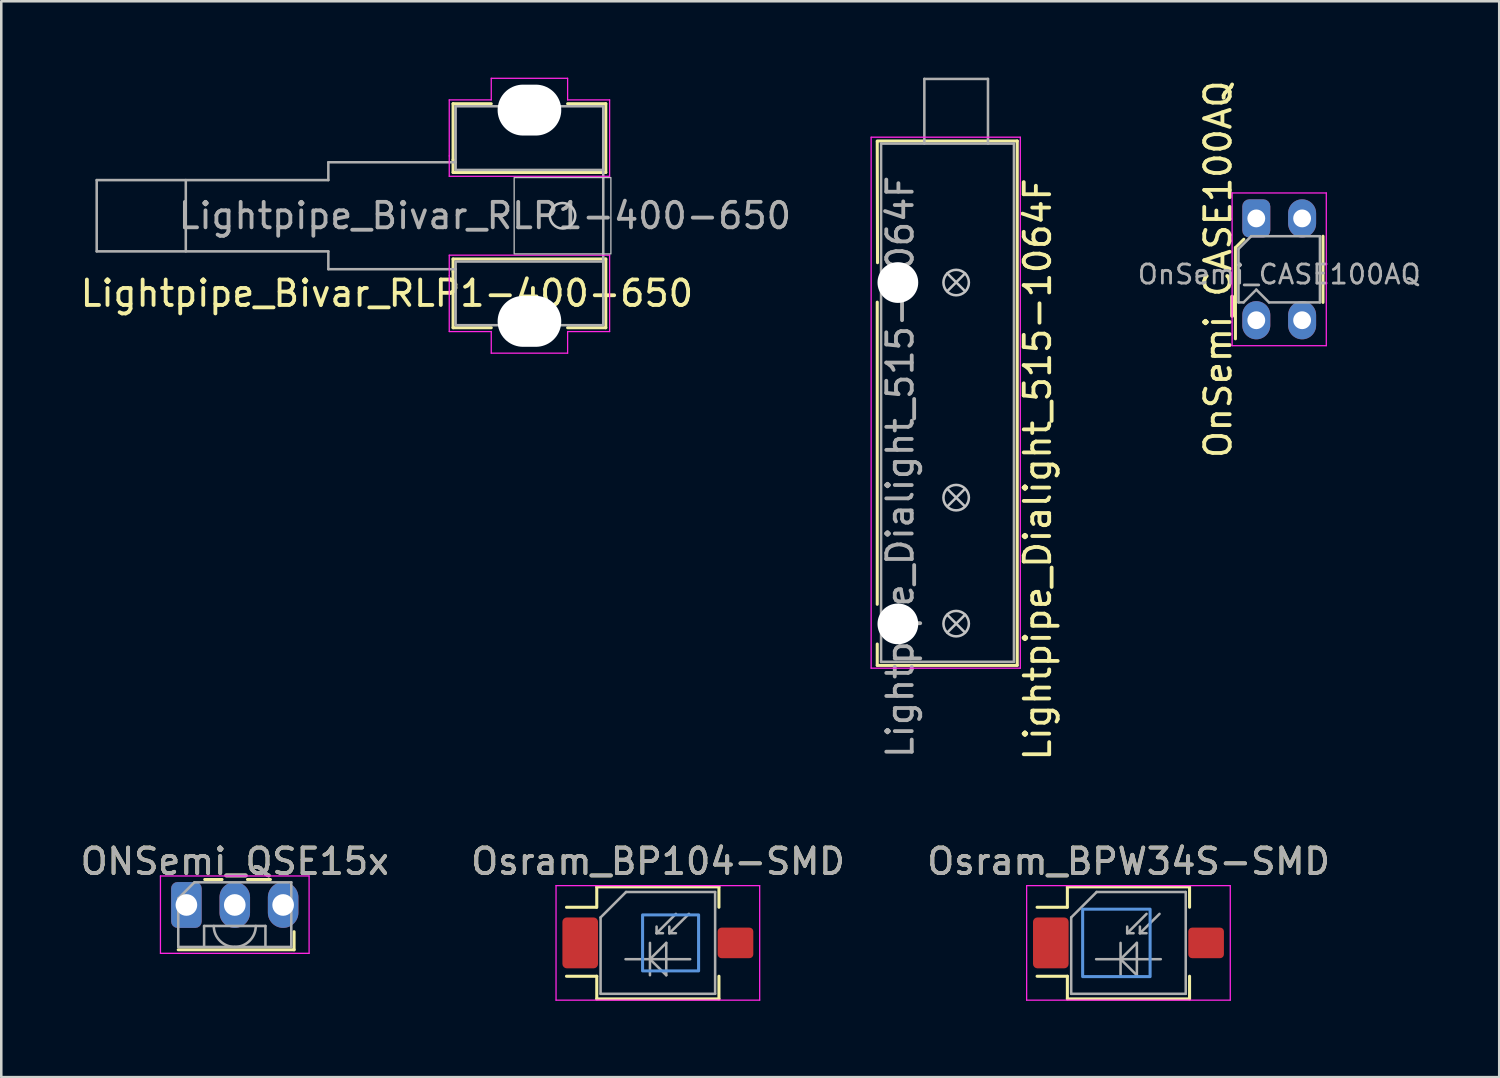
<source format=kicad_pcb>
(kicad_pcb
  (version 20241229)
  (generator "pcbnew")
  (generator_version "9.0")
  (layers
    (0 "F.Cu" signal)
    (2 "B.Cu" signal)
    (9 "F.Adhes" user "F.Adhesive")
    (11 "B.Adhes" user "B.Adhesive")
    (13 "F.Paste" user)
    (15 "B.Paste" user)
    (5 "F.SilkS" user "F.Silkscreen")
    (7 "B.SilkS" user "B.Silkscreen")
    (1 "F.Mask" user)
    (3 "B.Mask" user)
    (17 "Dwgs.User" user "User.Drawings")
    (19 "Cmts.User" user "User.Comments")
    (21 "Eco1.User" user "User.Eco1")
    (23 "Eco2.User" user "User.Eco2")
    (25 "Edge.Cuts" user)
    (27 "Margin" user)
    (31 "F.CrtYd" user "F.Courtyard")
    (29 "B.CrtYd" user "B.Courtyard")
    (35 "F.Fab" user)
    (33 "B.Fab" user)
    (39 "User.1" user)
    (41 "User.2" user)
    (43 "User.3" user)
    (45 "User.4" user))
  (footprint "Lightpipe_Dialight_515-1064F"
    (layer "F.Cu")
    (at 34.513 2.59)
    (property "Reference" "Lightpipe_Dialight_515-1064F" (at 3.2 12.8 270) (layer "F.SilkS") (effects (font (size 1 1) (thickness 0.15))))
    (attr exclude_from_pos_files exclude_from_bom)
    (fp_line (start -3.1 -0.1) (end 2.4 -0.1) (stroke (width 0.12) (type solid)) (layer "F.SilkS"))
    (fp_line (start -3.1 -0.08) (end -3.09 4.68) (stroke (width 0.12) (type solid)) (layer "F.SilkS"))
    (fp_line (start -3.1 6.23) (end -3.1 18.1) (stroke (width 0.12) (type solid)) (layer "F.SilkS"))
    (fp_line (start -3.1 20.5) (end -3.1 19.66) (stroke (width 0.12) (type solid)) (layer "F.SilkS"))
    (fp_line (start -3.1 20.5) (end 2.4 20.5) (stroke (width 0.12) (type solid)) (layer "F.SilkS"))
    (fp_line (start 2.4 20.49) (end 2.4 -0.1) (stroke (width 0.12) (type solid)) (layer "F.SilkS"))
    (fp_line (start 0.325 13.585) (end -0.325 14.235) (stroke (width 0.1) (type solid)) (layer "Dwgs.User"))
    (fp_line (start 0.325 14.235) (end -0.325 13.585) (stroke (width 0.1) (type solid)) (layer "Dwgs.User"))
    (fp_line (start 0.35 5.1) (end -0.35 5.8) (stroke (width 0.1) (type solid)) (layer "Dwgs.User"))
    (fp_line (start 0.35 5.8) (end -0.35 5.1) (stroke (width 0.1) (type solid)) (layer "Dwgs.User"))
    (fp_line (start 0.35 18.51) (end -0.35 19.21) (stroke (width 0.1) (type solid)) (layer "Dwgs.User"))
    (fp_line (start 0.35 19.21) (end -0.35 18.51) (stroke (width 0.1) (type solid)) (layer "Dwgs.User"))
    (fp_circle (center 0 5.46) (end 0.5 5.46) (stroke (width 0.1) (type solid)) (fill no) (layer "Dwgs.User"))
    (fp_circle (center 0 13.91) (end 0.5 13.91) (stroke (width 0.1) (type solid)) (fill no) (layer "Dwgs.User"))
    (fp_circle (center 0 18.86) (end 0.5 18.86) (stroke (width 0.1) (type solid)) (fill no) (layer "Dwgs.User"))
    (fp_line (start -3.34 -0.25) (end 2.52 -0.25) (stroke (width 0.05) (type solid)) (layer "F.CrtYd"))
    (fp_line (start -3.34 20.61) (end -3.34 -0.25) (stroke (width 0.05) (type solid)) (layer "F.CrtYd"))
    (fp_line (start 2.52 -0.25) (end 2.52 20.61) (stroke (width 0.05) (type solid)) (layer "F.CrtYd"))
    (fp_line (start 2.52 20.61) (end -3.34 20.61) (stroke (width 0.05) (type solid)) (layer "F.CrtYd"))
    (fp_line (start -2.95 0) (end 2.27 0) (stroke (width 0.1) (type solid)) (layer "F.Fab"))
    (fp_line (start -2.95 20.36) (end -2.95 0) (stroke (width 0.1) (type solid)) (layer "F.Fab"))
    (fp_line (start -1.25 -2.54) (end -1.25 0) (stroke (width 0.1) (type solid)) (layer "F.Fab"))
    (fp_line (start 1.25 -2.54) (end -1.25 -2.54) (stroke (width 0.1) (type solid)) (layer "F.Fab"))
    (fp_line (start 1.25 0) (end 1.25 -2.54) (stroke (width 0.1) (type solid)) (layer "F.Fab"))
    (fp_line (start 2.27 0) (end 2.27 20.36) (stroke (width 0.1) (type solid)) (layer "F.Fab"))
    (fp_line (start 2.27 20.36) (end -2.95 20.36) (stroke (width 0.1) (type solid)) (layer "F.Fab"))
    (fp_text user "${REFERENCE}" (at -2.2 12.7 270) (layer "F.Fab") (effects (font (size 1 1) (thickness 0.15))))
    (pad "" np_thru_hole circle (at -2.29 5.46 180) (size 1.6 1.6) (drill 1.6) (layers "*.Cu"))
    (pad "" np_thru_hole circle (at -2.29 18.87 180) (size 1.6 1.6) (drill 1.6) (layers "*.Cu")))
  (footprint "Osram_BP104-SMD"
    (layer "F.Cu")
    (at 22.794 33.992)
    (property "Reference" "Osram_BP104-SMD" (at 0.01 -3.2 0) (layer "F.SilkS") (effects (font (size 1 1) (thickness 0.15))))
    (attr smd)
    (fp_line (start -3.59 1.31) (end -2.4 1.31) (stroke (width 0.12) (type solid)) (layer "F.SilkS"))
    (fp_line (start -2.41 -1.4) (end -3.59 -1.4) (stroke (width 0.12) (type solid)) (layer "F.SilkS"))
    (fp_line (start -2.4 -2.2) (end -2.4 -1.4) (stroke (width 0.12) (type solid)) (layer "F.SilkS"))
    (fp_line (start -2.4 1.31) (end -2.4 2.2) (stroke (width 0.12) (type solid)) (layer "F.SilkS"))
    (fp_line (start -2.4 2.2) (end 2.4 2.2) (stroke (width 0.12) (type solid)) (layer "F.SilkS"))
    (fp_line (start 2.4 -2.2) (end -2.4 -2.2) (stroke (width 0.12) (type solid)) (layer "F.SilkS"))
    (fp_line (start 2.4 -1.4) (end 2.4 -2.2) (stroke (width 0.12) (type solid)) (layer "F.SilkS"))
    (fp_line (start 2.4 2.2) (end 2.4 1.31) (stroke (width 0.12) (type solid)) (layer "F.SilkS"))
    (fp_rect (start -0.6 -1.1) (end 1.6 1.1) (stroke (width 0.12) (type solid)) (fill no) (layer "Cmts.User"))
    (fp_line (start -4 -2.25) (end -4 2.25) (stroke (width 0.05) (type solid)) (layer "F.CrtYd"))
    (fp_line (start -4 -2.25) (end 4 -2.25) (stroke (width 0.05) (type solid)) (layer "F.CrtYd"))
    (fp_line (start 4 2.25) (end -4 2.25) (stroke (width 0.05) (type solid)) (layer "F.CrtYd"))
    (fp_line (start 4 2.25) (end 4 -2.25) (stroke (width 0.05) (type solid)) (layer "F.CrtYd"))
    (fp_line (start -2.25 -1) (end -2.25 2) (stroke (width 0.1) (type solid)) (layer "F.Fab"))
    (fp_line (start -2.25 -1) (end -1.25 -2) (stroke (width 0.1) (type solid)) (layer "F.Fab"))
    (fp_line (start -1.27 0.64) (end 1.27 0.64) (stroke (width 0.1) (type solid)) (layer "F.Fab"))
    (fp_line (start -1.25 -2) (end 2.25 -2) (stroke (width 0.1) (type solid)) (layer "F.Fab"))
    (fp_line (start -0.31 0) (end -0.31 1.27) (stroke (width 0.1) (type solid)) (layer "F.Fab"))
    (fp_line (start -0.31 0.64) (end 0.33 0) (stroke (width 0.1) (type solid)) (layer "F.Fab"))
    (fp_line (start -0.05 -0.38) (end -0.05 -0.64) (stroke (width 0.1) (type solid)) (layer "F.Fab"))
    (fp_line (start -0.05 -0.38) (end 0.2 -0.38) (stroke (width 0.1) (type solid)) (layer "F.Fab"))
    (fp_line (start 0.33 0) (end 0.33 1.27) (stroke (width 0.1) (type solid)) (layer "F.Fab"))
    (fp_line (start 0.33 1.27) (end -0.31 0.64) (stroke (width 0.1) (type solid)) (layer "F.Fab"))
    (fp_line (start 0.45 -0.38) (end 0.45 -0.64) (stroke (width 0.1) (type solid)) (layer "F.Fab"))
    (fp_line (start 0.45 -0.38) (end 0.71 -0.38) (stroke (width 0.1) (type solid)) (layer "F.Fab"))
    (fp_line (start 0.71 -1.14) (end -0.05 -0.38) (stroke (width 0.1) (type solid)) (layer "F.Fab"))
    (fp_line (start 1.22 -1.14) (end 0.45 -0.38) (stroke (width 0.1) (type solid)) (layer "F.Fab"))
    (fp_line (start 2.25 -2) (end 2.25 2) (stroke (width 0.1) (type solid)) (layer "F.Fab"))
    (fp_line (start 2.25 2) (end -2.25 2) (stroke (width 0.1) (type solid)) (layer "F.Fab"))
    (fp_text user "${REFERENCE}" (at 0.01 -3.2 0) (layer "F.Fab") (effects (font (size 1 1) (thickness 0.15))))
    (pad "" smd roundrect (at -3.05 0 180) (size 1.3 1.9) (layers "F.Paste") (roundrect_rratio 0.125))
    (pad "" smd roundrect (at -3.05 0 180) (size 1.5 2.1) (layers "F.Mask") (roundrect_rratio 0.125))
    (pad "" smd roundrect (at 3.05 0 180) (size 1.3 1.1) (layers "F.Paste") (roundrect_rratio 0.125))
    (pad "" smd roundrect (at 3.05 0 180) (size 1.5 1.3) (layers "F.Mask") (roundrect_rratio 0.125))
    (pad "1" smd roundrect (at -3.05 0 180) (size 1.4 2) (layers "F.Cu" "F.Mask") (roundrect_rratio 0.125))
    (pad "2" smd roundrect (at 3.05 0 180) (size 1.4 1.2) (layers "F.Cu" "F.Mask") (roundrect_rratio 0.125)))
  (footprint "Lightpipe_Bivar_RLP1-400-650"
    (layer "F.Cu")
    (at 17.749 5.425)
    (property "Reference" "Lightpipe_Bivar_RLP1-400-650" (at -5.6 3.05 0) (layer "F.SilkS") (effects (font (size 1 1) (thickness 0.15))))
    (fp_line (start -3 -4.4) (end -1.5 -4.4) (stroke (width 0.12) (type solid)) (layer "F.SilkS"))
    (fp_line (start -3 -2.2) (end -3 -4.4) (stroke (width 0.12) (type solid)) (layer "F.SilkS"))
    (fp_line (start -3 -1.7) (end -3 -2.2) (stroke (width 0.12) (type solid)) (layer "F.SilkS"))
    (fp_line (start -3 1.7) (end 3 1.7) (stroke (width 0.12) (type solid)) (layer "F.SilkS"))
    (fp_line (start -3 2.2) (end -3 1.7) (stroke (width 0.12) (type solid)) (layer "F.SilkS"))
    (fp_line (start -3 4.4) (end -3 2.2) (stroke (width 0.12) (type solid)) (layer "F.SilkS"))
    (fp_line (start -3 4.4) (end -1.5 4.4) (stroke (width 0.12) (type solid)) (layer "F.SilkS"))
    (fp_line (start 3 -4.4) (end 1.5 -4.4) (stroke (width 0.12) (type solid)) (layer "F.SilkS"))
    (fp_line (start 3 -4.4) (end 3 -1.7) (stroke (width 0.12) (type solid)) (layer "F.SilkS"))
    (fp_line (start 3 -1.7) (end -3 -1.7) (stroke (width 0.12) (type solid)) (layer "F.SilkS"))
    (fp_line (start 3 1.7) (end 3 4.4) (stroke (width 0.12) (type solid)) (layer "F.SilkS"))
    (fp_line (start 3 4.4) (end 1.5 4.4) (stroke (width 0.12) (type solid)) (layer "F.SilkS"))
    (fp_rect (start -0.6 -1.5) (end 3.2 1.5) (stroke (width 0.05) (type solid)) (fill no) (layer "Dwgs.User"))
    (fp_circle (center 1.3 0) (end 1.8 0) (stroke (width 0.1) (type solid)) (fill no) (layer "Dwgs.User"))
    (fp_line (start -3.15 -4.55) (end -3.15 -2.35) (stroke (width 0.05) (type solid)) (layer "F.CrtYd"))
    (fp_line (start -3.15 -1.55) (end -3.15 -2.35) (stroke (width 0.05) (type solid)) (layer "F.CrtYd"))
    (fp_line (start -3.15 1.55) (end -3.15 2.35) (stroke (width 0.05) (type solid)) (layer "F.CrtYd"))
    (fp_line (start -3.15 2.35) (end -3.15 4.55) (stroke (width 0.05) (type solid)) (layer "F.CrtYd"))
    (fp_line (start -3.15 4.55) (end -1.5 4.55) (stroke (width 0.05) (type solid)) (layer "F.CrtYd"))
    (fp_line (start -1.5 -5.4) (end -1.5 -4.55) (stroke (width 0.05) (type solid)) (layer "F.CrtYd"))
    (fp_line (start -1.5 -4.55) (end -3.15 -4.55) (stroke (width 0.05) (type solid)) (layer "F.CrtYd"))
    (fp_line (start -1.5 4.55) (end -1.5 5.4) (stroke (width 0.05) (type solid)) (layer "F.CrtYd"))
    (fp_line (start -1.5 5.4) (end 1.5 5.4) (stroke (width 0.05) (type solid)) (layer "F.CrtYd"))
    (fp_line (start 1.5 -5.4) (end -1.5 -5.4) (stroke (width 0.05) (type solid)) (layer "F.CrtYd"))
    (fp_line (start 1.5 -4.55) (end 1.5 -5.4) (stroke (width 0.05) (type solid)) (layer "F.CrtYd"))
    (fp_line (start 1.5 4.55) (end 3.15 4.55) (stroke (width 0.05) (type solid)) (layer "F.CrtYd"))
    (fp_line (start 1.5 5.4) (end 1.5 4.55) (stroke (width 0.05) (type solid)) (layer "F.CrtYd"))
    (fp_line (start 3.15 -4.55) (end 1.5 -4.55) (stroke (width 0.05) (type solid)) (layer "F.CrtYd"))
    (fp_line (start 3.15 -1.55) (end -3.15 -1.55) (stroke (width 0.05) (type solid)) (layer "F.CrtYd"))
    (fp_line (start 3.15 -1.55) (end 3.15 -4.55) (stroke (width 0.05) (type solid)) (layer "F.CrtYd"))
    (fp_line (start 3.15 1.55) (end -3.15 1.55) (stroke (width 0.05) (type solid)) (layer "F.CrtYd"))
    (fp_line (start 3.15 4.55) (end 3.15 1.55) (stroke (width 0.05) (type solid)) (layer "F.CrtYd"))
    (fp_line (start -17 -1.4) (end -17 1.4) (stroke (width 0.1) (type solid)) (layer "F.Fab"))
    (fp_line (start -17 -1.4) (end -7.9 -1.4) (stroke (width 0.1) (type solid)) (layer "F.Fab"))
    (fp_line (start -17 1.4) (end -7.9 1.4) (stroke (width 0.1) (type solid)) (layer "F.Fab"))
    (fp_line (start -13.5 1.4) (end -13.5 -1.4) (stroke (width 0.1) (type solid)) (layer "F.Fab"))
    (fp_line (start -7.9 -2.1) (end -2.9 -2.1) (stroke (width 0.1) (type solid)) (layer "F.Fab"))
    (fp_line (start -7.9 -1.4) (end -7.9 -2.1) (stroke (width 0.1) (type solid)) (layer "F.Fab"))
    (fp_line (start -7.9 1.4) (end -7.9 2.1) (stroke (width 0.1) (type solid)) (layer "F.Fab"))
    (fp_line (start -7.9 2.1) (end -2.9 2.1) (stroke (width 0.1) (type solid)) (layer "F.Fab"))
    (fp_line (start 2.9 -1.8) (end 2.9 1.8) (stroke (width 0.1) (type solid)) (layer "F.Fab"))
    (fp_rect (start -2.9 -4.3) (end 2.9 -1.8) (stroke (width 0.1) (type solid)) (fill no) (layer "F.Fab"))
    (fp_rect (start -2.9 1.8) (end 2.9 4.3) (stroke (width 0.1) (type solid)) (fill no) (layer "F.Fab"))
    (fp_text user "${REFERENCE}" (at -1.75 0 0) (layer "F.Fab") (effects (font (size 1 1) (thickness 0.15))))
    (pad "" np_thru_hole oval (at 0 -4.15) (size 2.5 2) (drill oval 2.5 2) (layers "*.Cu" "*.Mask"))
    (pad "" np_thru_hole oval (at 0 4.15) (size 2.5 2) (drill oval 2.5 2) (layers "*.Cu" "*.Mask")))
  (footprint "ONSemi_QSE15x"
    (layer "F.Cu")
    (at 4.273 32.502)
    (property "Reference" "ONSemi_QSE15x" (at 1.9 -1.71 0) (layer "F.SilkS") (effects (font (size 1 1) (thickness 0.15))))
    (attr through_hole)
    (fp_line (start -0.32 1.76) (end 4.23 1.76) (stroke (width 0.12) (type solid)) (layer "F.SilkS"))
    (fp_line (start 0.72 -1) (end 1.4 -1) (stroke (width 0.12) (type solid)) (layer "F.SilkS"))
    (fp_line (start 2.4 -1) (end 3.3 -1) (stroke (width 0.12) (type solid)) (layer "F.SilkS"))
    (fp_line (start 4.23 1.76) (end 4.23 1.05) (stroke (width 0.12) (type solid)) (layer "F.SilkS"))
    (fp_line (start -1.02 -1.14) (end 4.82 -1.14) (stroke (width 0.05) (type solid)) (layer "F.CrtYd"))
    (fp_line (start -1.02 1.9) (end -1.02 -1.14) (stroke (width 0.05) (type solid)) (layer "F.CrtYd"))
    (fp_line (start 4.82 -1.14) (end 4.82 1.9) (stroke (width 0.05) (type solid)) (layer "F.CrtYd"))
    (fp_line (start 4.82 1.9) (end -1.02 1.9) (stroke (width 0.05) (type solid)) (layer "F.CrtYd"))
    (fp_line (start -0.32 -0.255) (end -0.32 1.65) (stroke (width 0.1) (type solid)) (layer "F.Fab"))
    (fp_line (start -0.32 -0.255) (end 0.315 -0.89) (stroke (width 0.1) (type solid)) (layer "F.Fab"))
    (fp_line (start -0.32 1.65) (end 4.12 1.65) (stroke (width 0.1) (type solid)) (layer "F.Fab"))
    (fp_line (start 0.315 -0.89) (end 4.12 -0.89) (stroke (width 0.1) (type solid)) (layer "F.Fab"))
    (fp_line (start 0.695 0.825) (end 3.105 0.825) (stroke (width 0.1) (type solid)) (layer "F.Fab"))
    (fp_line (start 0.695 1.65) (end 0.695 0.825) (stroke (width 0.1) (type solid)) (layer "F.Fab"))
    (fp_line (start 3.105 1.65) (end 3.105 0.825) (stroke (width 0.1) (type solid)) (layer "F.Fab"))
    (fp_line (start 4.12 1.65) (end 4.12 -0.89) (stroke (width 0.1) (type solid)) (layer "F.Fab"))
    (fp_arc (start 1.9 1.65) (mid 1.316637 1.408363) (end 1.075 0.825) (stroke (width 0.1) (type solid)) (layer "F.Fab"))
    (fp_arc (start 2.725 0.825) (mid 2.483363 1.408363) (end 1.9 1.65) (stroke (width 0.1) (type solid)) (layer "F.Fab"))
    (fp_text user "${REFERENCE}" (at 1.9 -1.71 0) (layer "F.Fab") (effects (font (size 1 1) (thickness 0.15))))
    (pad "1" thru_hole roundrect (at 0 0) (size 1.2 1.8) (drill 0.85) (layers "*.Cu" "*.Mask") (roundrect_rratio 0.208))
    (pad "2" thru_hole oval (at 1.9 0) (size 1.2 1.8) (drill 0.85) (layers "*.Cu" "*.Mask"))
    (pad "3" thru_hole oval (at 3.8 0) (size 1.2 1.8) (drill 0.85) (layers "*.Cu" "*.Mask")))
  (footprint "Osram_BPW34S-SMD"
    (layer "F.Cu")
    (at 41.282 33.992)
    (property "Reference" "Osram_BPW34S-SMD" (at 0.01 -3.2 0) (layer "F.SilkS") (effects (font (size 1 1) (thickness 0.15))))
    (attr smd)
    (fp_line (start -3.59 1.31) (end -2.4 1.31) (stroke (width 0.12) (type solid)) (layer "F.SilkS"))
    (fp_line (start -2.41 -1.4) (end -3.59 -1.4) (stroke (width 0.12) (type solid)) (layer "F.SilkS"))
    (fp_line (start -2.4 -2.2) (end -2.4 -1.4) (stroke (width 0.12) (type solid)) (layer "F.SilkS"))
    (fp_line (start -2.4 1.31) (end -2.4 2.2) (stroke (width 0.12) (type solid)) (layer "F.SilkS"))
    (fp_line (start -2.4 2.2) (end 2.4 2.2) (stroke (width 0.12) (type solid)) (layer "F.SilkS"))
    (fp_line (start 2.4 -2.2) (end -2.4 -2.2) (stroke (width 0.12) (type solid)) (layer "F.SilkS"))
    (fp_line (start 2.4 -1.4) (end 2.4 -2.2) (stroke (width 0.12) (type solid)) (layer "F.SilkS"))
    (fp_line (start 2.4 2.2) (end 2.4 1.31) (stroke (width 0.12) (type solid)) (layer "F.SilkS"))
    (fp_rect (start -1.8 -1.325) (end 0.85 1.325) (stroke (width 0.12) (type solid)) (fill no) (layer "Cmts.User"))
    (fp_line (start -4 -2.25) (end -4 2.25) (stroke (width 0.05) (type solid)) (layer "F.CrtYd"))
    (fp_line (start -4 -2.25) (end 4 -2.25) (stroke (width 0.05) (type solid)) (layer "F.CrtYd"))
    (fp_line (start 4 2.25) (end -4 2.25) (stroke (width 0.05) (type solid)) (layer "F.CrtYd"))
    (fp_line (start 4 2.25) (end 4 -2.25) (stroke (width 0.05) (type solid)) (layer "F.CrtYd"))
    (fp_line (start -2.25 -1) (end -2.25 2) (stroke (width 0.1) (type solid)) (layer "F.Fab"))
    (fp_line (start -2.25 -1) (end -1.25 -2) (stroke (width 0.1) (type solid)) (layer "F.Fab"))
    (fp_line (start -1.27 0.64) (end 1.27 0.64) (stroke (width 0.1) (type solid)) (layer "F.Fab"))
    (fp_line (start -1.25 -2) (end 2.25 -2) (stroke (width 0.1) (type solid)) (layer "F.Fab"))
    (fp_line (start -0.31 0) (end -0.31 1.27) (stroke (width 0.1) (type solid)) (layer "F.Fab"))
    (fp_line (start -0.31 0.64) (end 0.33 0) (stroke (width 0.1) (type solid)) (layer "F.Fab"))
    (fp_line (start -0.05 -0.38) (end -0.05 -0.64) (stroke (width 0.1) (type solid)) (layer "F.Fab"))
    (fp_line (start -0.05 -0.38) (end 0.2 -0.38) (stroke (width 0.1) (type solid)) (layer "F.Fab"))
    (fp_line (start 0.33 0) (end 0.33 1.27) (stroke (width 0.1) (type solid)) (layer "F.Fab"))
    (fp_line (start 0.33 1.27) (end -0.31 0.64) (stroke (width 0.1) (type solid)) (layer "F.Fab"))
    (fp_line (start 0.45 -0.38) (end 0.45 -0.64) (stroke (width 0.1) (type solid)) (layer "F.Fab"))
    (fp_line (start 0.45 -0.38) (end 0.71 -0.38) (stroke (width 0.1) (type solid)) (layer "F.Fab"))
    (fp_line (start 0.71 -1.14) (end -0.05 -0.38) (stroke (width 0.1) (type solid)) (layer "F.Fab"))
    (fp_line (start 1.22 -1.14) (end 0.45 -0.38) (stroke (width 0.1) (type solid)) (layer "F.Fab"))
    (fp_line (start 2.25 -2) (end 2.25 2) (stroke (width 0.1) (type solid)) (layer "F.Fab"))
    (fp_line (start 2.25 2) (end -2.25 2) (stroke (width 0.1) (type solid)) (layer "F.Fab"))
    (fp_text user "${REFERENCE}" (at 0.01 -3.2 0) (layer "F.Fab") (effects (font (size 1 1) (thickness 0.15))))
    (pad "" smd roundrect (at -3.05 0 180) (size 1.3 1.9) (layers "F.Paste") (roundrect_rratio 0.125))
    (pad "" smd roundrect (at -3.05 0 180) (size 1.5 2.1) (layers "F.Mask") (roundrect_rratio 0.125))
    (pad "" smd roundrect (at 3.05 0 180) (size 1.3 1.1) (layers "F.Paste") (roundrect_rratio 0.125))
    (pad "" smd roundrect (at 3.05 0 180) (size 1.5 1.3) (layers "F.Mask") (roundrect_rratio 0.125))
    (pad "1" smd roundrect (at -3.05 0 180) (size 1.4 2) (layers "F.Cu" "F.Mask") (roundrect_rratio 0.125))
    (pad "2" smd roundrect (at 3.05 0 180) (size 1.4 1.2) (layers "F.Cu" "F.Mask") (roundrect_rratio 0.125)))
  (footprint "OnSemi_CASE100AQ"
    (layer "F.Cu")
    (at 46.304 5.53)
    (property "Reference" "OnSemi_CASE100AQ" (at -1.5 2 90) (layer "F.SilkS") (effects (font (size 1 1) (thickness 0.15))))
    (attr through_hole)
    (fp_line (start -0.82 1.15) (end -0.82 4.73) (stroke (width 0.12) (type solid)) (layer "F.SilkS"))
    (fp_line (start -0.49 0.82) (end -0.82 1.15) (stroke (width 0.12) (type solid)) (layer "F.SilkS"))
    (fp_line (start 2.62 3.3) (end 2.62 0.7) (stroke (width 0.12) (type solid)) (layer "F.SilkS"))
    (fp_line (start -0.95 -1) (end -0.95 5) (stroke (width 0.05) (type solid)) (layer "F.CrtYd"))
    (fp_line (start -0.95 -1) (end 2.75 -1) (stroke (width 0.05) (type solid)) (layer "F.CrtYd"))
    (fp_line (start 2.75 5) (end -0.95 5) (stroke (width 0.05) (type solid)) (layer "F.CrtYd"))
    (fp_line (start 2.75 5) (end 2.75 -1) (stroke (width 0.05) (type solid)) (layer "F.CrtYd"))
    (fp_line (start -0.7 1.2) (end -0.2 0.7) (stroke (width 0.1) (type solid)) (layer "F.Fab"))
    (fp_line (start -0.7 3.3) (end -0.7 1.2) (stroke (width 0.1) (type solid)) (layer "F.Fab"))
    (fp_line (start -0.7 3.3) (end -0.5 3.3) (stroke (width 0.1) (type solid)) (layer "F.Fab"))
    (fp_line (start -0.2 0.7) (end 2.5 0.7) (stroke (width 0.1) (type solid)) (layer "F.Fab"))
    (fp_line (start 0 2.8) (end -0.5 3.3) (stroke (width 0.1) (type solid)) (layer "F.Fab"))
    (fp_line (start 0 2.8) (end 0.5 3.3) (stroke (width 0.1) (type solid)) (layer "F.Fab"))
    (fp_line (start 2.5 0.7) (end 2.5 3.3) (stroke (width 0.1) (type solid)) (layer "F.Fab"))
    (fp_line (start 2.5 3.3) (end 0.5 3.3) (stroke (width 0.1) (type solid)) (layer "F.Fab"))
    (fp_text user "${REFERENCE}" (at 0.9 2.2 0) (layer "F.Fab") (effects (font (size 0.75 0.75) (thickness 0.11))))
    (pad "1" thru_hole roundrect (at 0 0) (size 1.1 1.5) (drill 0.7) (layers "*.Cu" "*.Mask") (roundrect_rratio 0.25))
    (pad "2" thru_hole oval (at 0 4) (size 1.1 1.5) (drill 0.7) (layers "*.Cu" "*.Mask"))
    (pad "3" thru_hole oval (at 1.8 4) (size 1.1 1.5) (drill 0.7) (layers "*.Cu" "*.Mask"))
    (pad "4" thru_hole oval (at 1.8 0) (size 1.1 1.5) (drill 0.7) (layers "*.Cu" "*.Mask")))
  (gr_rect
    (start -3 -3)
    (end 55.848 39.267)
    (stroke (width 0.1) (type default))
    (fill no)
    (layer "Edge.Cuts")))
</source>
